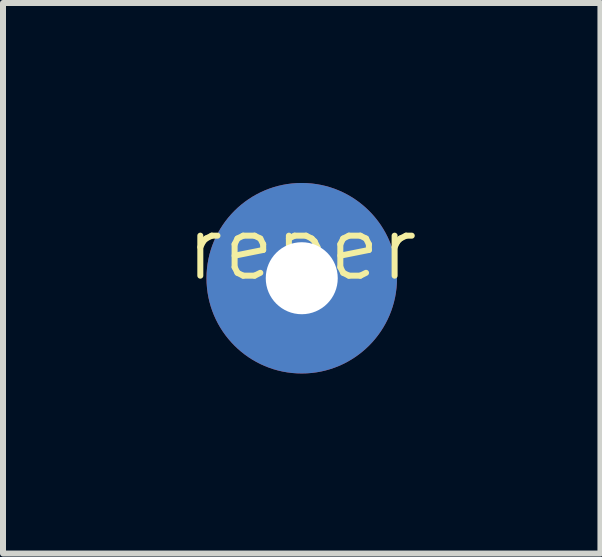
<source format=kicad_pcb>
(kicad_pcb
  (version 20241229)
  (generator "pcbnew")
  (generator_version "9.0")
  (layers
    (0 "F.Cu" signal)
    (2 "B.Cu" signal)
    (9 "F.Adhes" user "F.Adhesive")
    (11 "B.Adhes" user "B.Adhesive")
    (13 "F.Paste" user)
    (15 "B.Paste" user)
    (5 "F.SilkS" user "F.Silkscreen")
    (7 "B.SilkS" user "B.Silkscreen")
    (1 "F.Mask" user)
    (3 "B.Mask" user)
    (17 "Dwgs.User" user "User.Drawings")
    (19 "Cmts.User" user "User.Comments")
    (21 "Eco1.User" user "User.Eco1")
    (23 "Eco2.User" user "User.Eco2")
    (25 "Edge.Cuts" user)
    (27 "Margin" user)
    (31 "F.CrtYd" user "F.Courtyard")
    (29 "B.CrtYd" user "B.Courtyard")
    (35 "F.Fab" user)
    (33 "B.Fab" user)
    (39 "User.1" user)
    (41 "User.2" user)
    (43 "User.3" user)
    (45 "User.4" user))
  (footprint "reper"
    (layer "F.Cu")
    (at 1.979 1.587)
    (property "Reference" "reper" (at 0 -0.5 0) (unlocked yes) (layer "F.SilkS") (effects (font (size 1 1) (thickness 0.1))))
    (pad "" thru_hole circle (at 0 0) (size 3.175 3.175) (drill 1.2) (property pad_prop_fiducial_glob) (layers "*.Mask")))
  (gr_rect
    (start -3 -3)
    (end 6.957 6.175)
    (stroke (width 0.1) (type default))
    (fill no)
    (layer "Edge.Cuts")))
</source>
